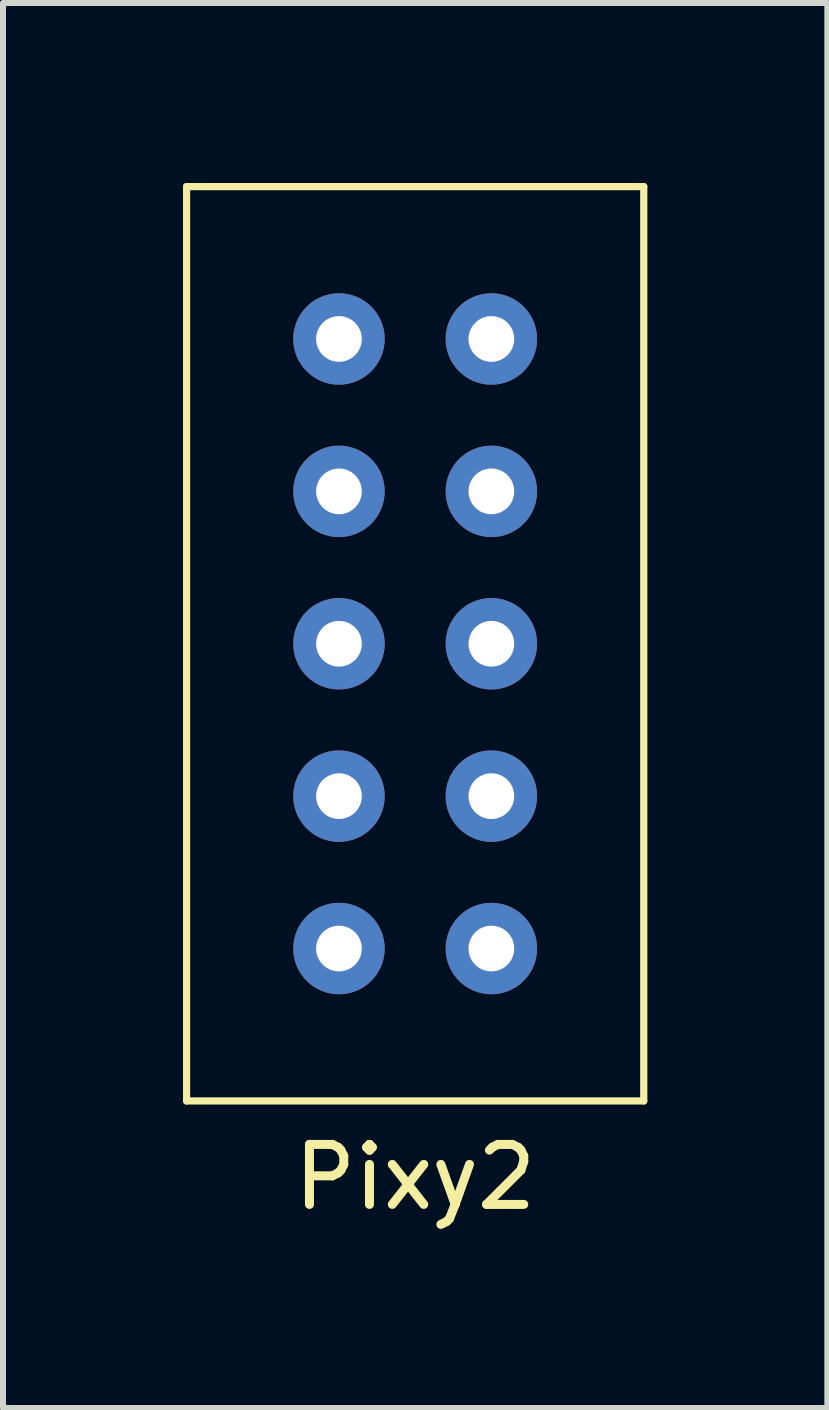
<source format=kicad_pcb>
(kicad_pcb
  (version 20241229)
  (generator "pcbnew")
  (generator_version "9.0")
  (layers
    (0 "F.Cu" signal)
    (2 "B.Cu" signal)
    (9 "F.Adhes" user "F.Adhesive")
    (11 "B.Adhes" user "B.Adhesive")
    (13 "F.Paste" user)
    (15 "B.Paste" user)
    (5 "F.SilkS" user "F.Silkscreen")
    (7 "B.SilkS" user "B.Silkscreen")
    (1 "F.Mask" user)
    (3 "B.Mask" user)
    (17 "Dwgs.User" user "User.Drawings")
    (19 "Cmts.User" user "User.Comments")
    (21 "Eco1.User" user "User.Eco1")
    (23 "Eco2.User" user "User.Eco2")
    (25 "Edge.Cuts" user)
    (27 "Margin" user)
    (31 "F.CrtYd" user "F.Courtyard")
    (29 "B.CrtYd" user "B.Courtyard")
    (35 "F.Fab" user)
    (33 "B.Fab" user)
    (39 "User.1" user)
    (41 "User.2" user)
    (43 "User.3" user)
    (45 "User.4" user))
  (footprint "Pixy2"
    (layer "F.Cu")
    (at 2.6 2.6)
    (property "Reference" "Pixy2" (at 1.27 13.97 0) (layer "F.SilkS") (effects (font (size 1 1) (thickness 0.15))))
    (attr through_hole)
    (fp_line (start -2.54 -2.54) (end 5.08 -2.54) (stroke (width 0.12) (type solid)) (layer "F.SilkS"))
    (fp_line (start -2.54 12.7) (end -2.54 -2.54) (stroke (width 0.12) (type solid)) (layer "F.SilkS"))
    (fp_line (start 5.08 -2.54) (end 5.08 12.7) (stroke (width 0.12) (type solid)) (layer "F.SilkS"))
    (fp_line (start 5.08 12.7) (end -2.54 12.7) (stroke (width 0.12) (type solid)) (layer "F.SilkS"))
    (pad "1" thru_hole circle (at 2.54 0) (size 1.524 1.524) (drill 0.762) (layers "*.Cu" "*.Mask"))
    (pad "2" thru_hole circle (at 0 0) (size 1.524 1.524) (drill 0.762) (layers "*.Cu" "*.Mask"))
    (pad "3" thru_hole circle (at 2.54 2.54) (size 1.524 1.524) (drill 0.762) (layers "*.Cu" "*.Mask"))
    (pad "4" thru_hole circle (at 0 2.54) (size 1.524 1.524) (drill 0.762) (layers "*.Cu" "*.Mask"))
    (pad "5" thru_hole circle (at 2.54 5.08) (size 1.524 1.524) (drill 0.762) (layers "*.Cu" "*.Mask"))
    (pad "6" thru_hole circle (at 0 5.08) (size 1.524 1.524) (drill 0.762) (layers "*.Cu" "*.Mask"))
    (pad "7" thru_hole circle (at 2.54 7.62) (size 1.524 1.524) (drill 0.762) (layers "*.Cu" "*.Mask"))
    (pad "8" thru_hole circle (at 0 7.62) (size 1.524 1.524) (drill 0.762) (layers "*.Cu" "*.Mask"))
    (pad "9" thru_hole circle (at 2.54 10.16) (size 1.524 1.524) (drill 0.762) (layers "*.Cu" "*.Mask"))
    (pad "10" thru_hole circle (at 0 10.16) (size 1.524 1.524) (drill 0.762) (layers "*.Cu" "*.Mask")))
  (gr_rect
    (start -3 -3)
    (end 10.74 20.418)
    (stroke (width 0.1) (type default))
    (fill no)
    (layer "Edge.Cuts")))
</source>
